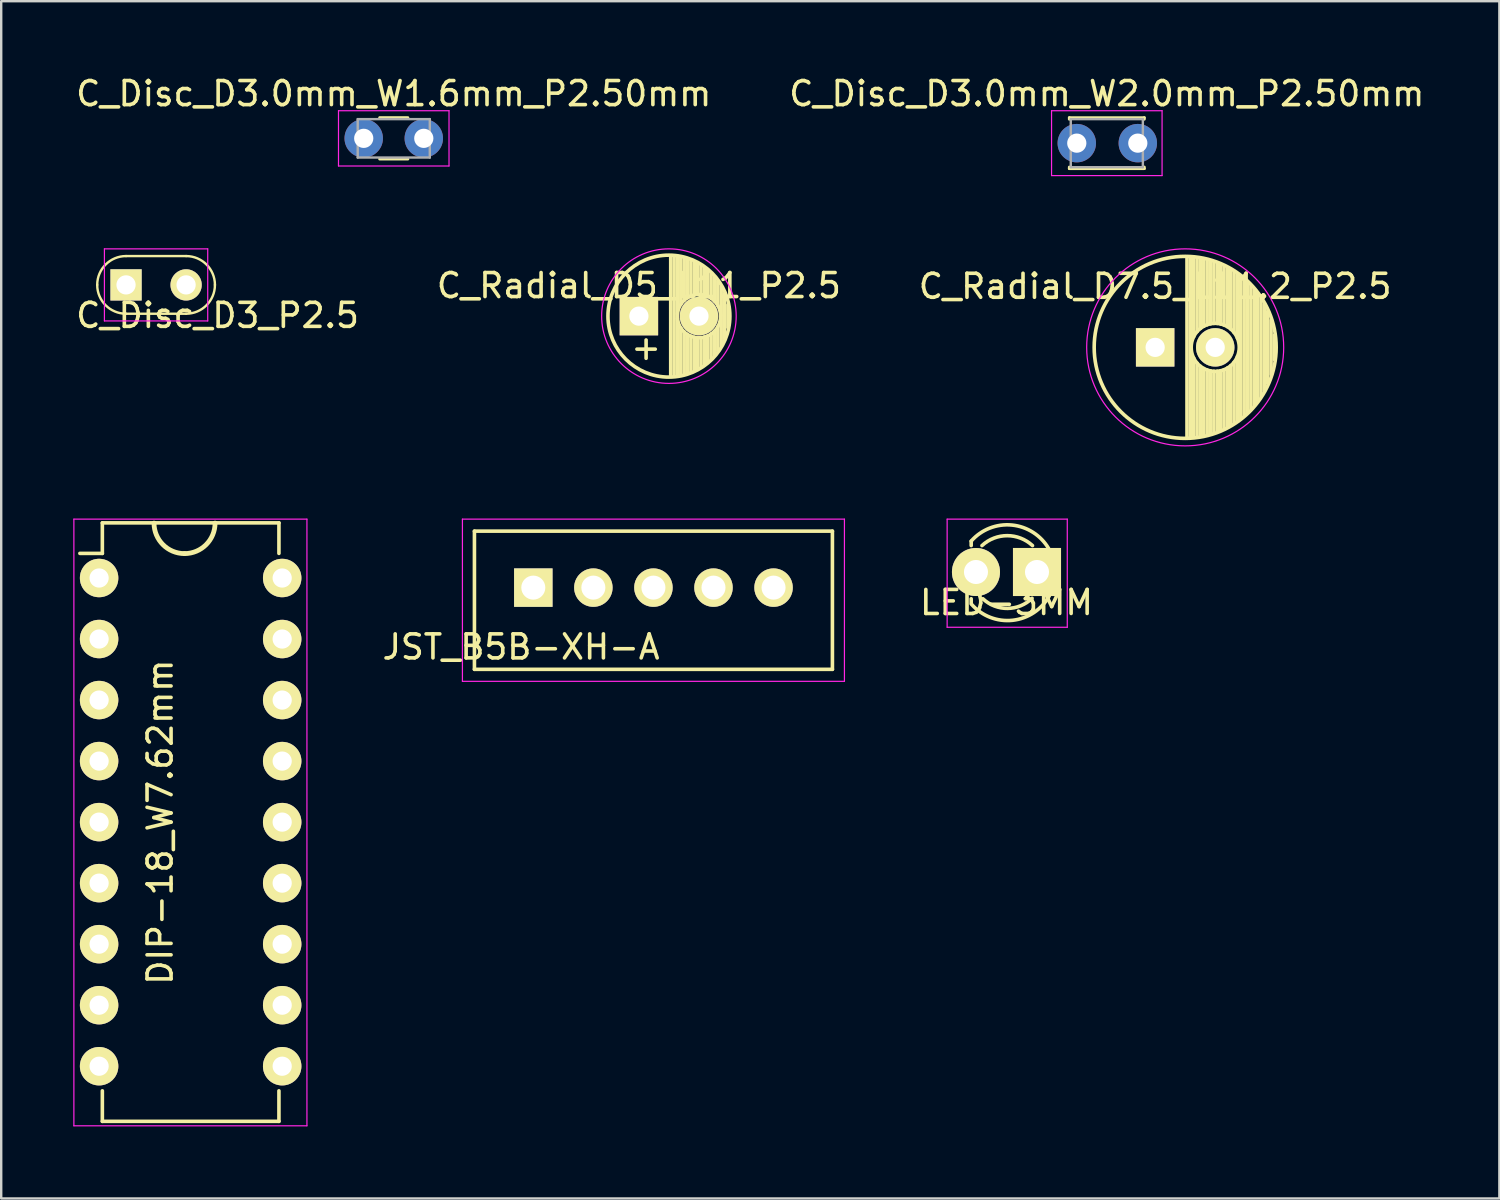
<source format=kicad_pcb>
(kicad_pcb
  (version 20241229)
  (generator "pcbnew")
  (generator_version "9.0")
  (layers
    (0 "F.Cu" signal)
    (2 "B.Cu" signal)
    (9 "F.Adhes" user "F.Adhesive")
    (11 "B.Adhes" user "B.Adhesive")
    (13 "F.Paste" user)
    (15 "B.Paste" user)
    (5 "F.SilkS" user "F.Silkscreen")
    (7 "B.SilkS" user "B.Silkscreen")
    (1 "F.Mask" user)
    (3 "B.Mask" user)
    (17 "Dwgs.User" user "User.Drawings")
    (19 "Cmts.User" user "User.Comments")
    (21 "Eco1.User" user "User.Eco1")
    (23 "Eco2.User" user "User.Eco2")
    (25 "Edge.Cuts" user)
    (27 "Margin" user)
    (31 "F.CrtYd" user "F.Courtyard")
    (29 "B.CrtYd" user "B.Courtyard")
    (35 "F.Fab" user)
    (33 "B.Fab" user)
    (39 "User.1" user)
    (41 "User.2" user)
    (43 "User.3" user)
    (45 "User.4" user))
  (footprint "C_Radial_D5_L11_P2.5"
    (layer "F.Cu")
    (at 23.542 10.108)
    (property "Reference" "C_Radial_D5_L11_P2.5" (at 0 -1.27 0) (layer "F.SilkS") (effects (font (size 1 1) (thickness 0.15))))
    (attr through_hole)
    (fp_line (start 1.325 -2.499) (end 1.325 2.499) (stroke (width 0.15) (type solid)) (layer "F.SilkS"))
    (fp_line (start 1.465 -2.491) (end 1.465 2.491) (stroke (width 0.15) (type solid)) (layer "F.SilkS"))
    (fp_line (start 1.605 -2.475) (end 1.605 -0.095) (stroke (width 0.15) (type solid)) (layer "F.SilkS"))
    (fp_line (start 1.605 0.095) (end 1.605 2.475) (stroke (width 0.15) (type solid)) (layer "F.SilkS"))
    (fp_line (start 1.745 -2.451) (end 1.745 -0.49) (stroke (width 0.15) (type solid)) (layer "F.SilkS"))
    (fp_line (start 1.745 0.49) (end 1.745 2.451) (stroke (width 0.15) (type solid)) (layer "F.SilkS"))
    (fp_line (start 1.885 -2.418) (end 1.885 -0.657) (stroke (width 0.15) (type solid)) (layer "F.SilkS"))
    (fp_line (start 1.885 0.657) (end 1.885 2.418) (stroke (width 0.15) (type solid)) (layer "F.SilkS"))
    (fp_line (start 2.025 -2.377) (end 2.025 -0.764) (stroke (width 0.15) (type solid)) (layer "F.SilkS"))
    (fp_line (start 2.025 0.764) (end 2.025 2.377) (stroke (width 0.15) (type solid)) (layer "F.SilkS"))
    (fp_line (start 2.165 -2.327) (end 2.165 -0.835) (stroke (width 0.15) (type solid)) (layer "F.SilkS"))
    (fp_line (start 2.165 0.835) (end 2.165 2.327) (stroke (width 0.15) (type solid)) (layer "F.SilkS"))
    (fp_line (start 2.305 -2.266) (end 2.305 -0.879) (stroke (width 0.15) (type solid)) (layer "F.SilkS"))
    (fp_line (start 2.305 0.879) (end 2.305 2.266) (stroke (width 0.15) (type solid)) (layer "F.SilkS"))
    (fp_line (start 2.445 -2.196) (end 2.445 -0.898) (stroke (width 0.15) (type solid)) (layer "F.SilkS"))
    (fp_line (start 2.445 0.898) (end 2.445 2.196) (stroke (width 0.15) (type solid)) (layer "F.SilkS"))
    (fp_line (start 2.585 -2.114) (end 2.585 -0.896) (stroke (width 0.15) (type solid)) (layer "F.SilkS"))
    (fp_line (start 2.585 0.896) (end 2.585 2.114) (stroke (width 0.15) (type solid)) (layer "F.SilkS"))
    (fp_line (start 2.725 -2.019) (end 2.725 -0.871) (stroke (width 0.15) (type solid)) (layer "F.SilkS"))
    (fp_line (start 2.725 0.871) (end 2.725 2.019) (stroke (width 0.15) (type solid)) (layer "F.SilkS"))
    (fp_line (start 2.865 -1.908) (end 2.865 -0.823) (stroke (width 0.15) (type solid)) (layer "F.SilkS"))
    (fp_line (start 2.865 0.823) (end 2.865 1.908) (stroke (width 0.15) (type solid)) (layer "F.SilkS"))
    (fp_line (start 3.005 -1.78) (end 3.005 -0.745) (stroke (width 0.15) (type solid)) (layer "F.SilkS"))
    (fp_line (start 3.005 0.745) (end 3.005 1.78) (stroke (width 0.15) (type solid)) (layer "F.SilkS"))
    (fp_line (start 3.145 -1.631) (end 3.145 -0.628) (stroke (width 0.15) (type solid)) (layer "F.SilkS"))
    (fp_line (start 3.145 0.628) (end 3.145 1.631) (stroke (width 0.15) (type solid)) (layer "F.SilkS"))
    (fp_line (start 3.285 -1.452) (end 3.285 -0.44) (stroke (width 0.15) (type solid)) (layer "F.SilkS"))
    (fp_line (start 3.285 0.44) (end 3.285 1.452) (stroke (width 0.15) (type solid)) (layer "F.SilkS"))
    (fp_line (start 3.425 -1.233) (end 3.425 1.233) (stroke (width 0.15) (type solid)) (layer "F.SilkS"))
    (fp_line (start 3.565 -0.944) (end 3.565 0.944) (stroke (width 0.15) (type solid)) (layer "F.SilkS"))
    (fp_line (start 3.705 -0.472) (end 3.705 0.472) (stroke (width 0.15) (type solid)) (layer "F.SilkS"))
    (fp_circle (center 1.25 0) (end 1.25 -2.538) (stroke (width 0.15) (type solid)) (fill no) (layer "F.SilkS"))
    (fp_circle (center 2.5 0) (end 2.5 -0.9) (stroke (width 0.15) (type solid)) (fill no) (layer "F.SilkS"))
    (fp_circle (center 1.25 0) (end 1.25 -2.8) (stroke (width 0.05) (type solid)) (fill no) (layer "F.CrtYd"))
    (fp_text user "+" (at 0.3 1.3 0) (layer "F.SilkS") (effects (font (size 1 1) (thickness 0.15))))
    (pad "1" thru_hole rect (at 0 0) (size 1.6 1.6) (drill 0.8) (layers "*.Cu" "*.Mask" "F.SilkS"))
    (pad "2" thru_hole circle (at 2.5 0) (size 1.6 1.6) (drill 0.8) (layers "*.Cu" "*.Mask" "F.SilkS")))
  (footprint "DIP-18_W7.62mm"
    (layer "F.Cu")
    (at 1.075 21.008)
    (property "Reference" "DIP-18_W7.62mm" (at 2.54 10.16 90) (layer "F.SilkS") (effects (font (size 1 1) (thickness 0.15))))
    (attr through_hole)
    (fp_line (start 0.135 -2.295) (end 0.135 -1.025) (stroke (width 0.15) (type solid)) (layer "F.SilkS"))
    (fp_line (start 0.135 -2.295) (end 7.485 -2.295) (stroke (width 0.15) (type solid)) (layer "F.SilkS"))
    (fp_line (start 0.135 -1.025) (end -0.8 -1.025) (stroke (width 0.15) (type solid)) (layer "F.SilkS"))
    (fp_line (start 0.135 22.615) (end 0.135 21.345) (stroke (width 0.15) (type solid)) (layer "F.SilkS"))
    (fp_line (start 0.135 22.615) (end 7.485 22.615) (stroke (width 0.15) (type solid)) (layer "F.SilkS"))
    (fp_line (start 7.485 -2.295) (end 7.485 -1.025) (stroke (width 0.15) (type solid)) (layer "F.SilkS"))
    (fp_line (start 7.485 22.615) (end 7.485 21.345) (stroke (width 0.15) (type solid)) (layer "F.SilkS"))
    (fp_arc (start 3.556 -1.016) (mid 2.657974 -1.387974) (end 2.286 -2.286) (stroke (width 0.2) (type solid)) (layer "F.SilkS"))
    (fp_arc (start 4.826 -2.286) (mid 4.454026 -1.387974) (end 3.556 -1.016) (stroke (width 0.2) (type solid)) (layer "F.SilkS"))
    (fp_line (start -1.05 -2.45) (end -1.05 22.8) (stroke (width 0.05) (type solid)) (layer "F.CrtYd"))
    (fp_line (start -1.05 -2.45) (end 8.65 -2.45) (stroke (width 0.05) (type solid)) (layer "F.CrtYd"))
    (fp_line (start -1.05 22.8) (end 8.65 22.8) (stroke (width 0.05) (type solid)) (layer "F.CrtYd"))
    (fp_line (start 8.65 -2.45) (end 8.65 22.8) (stroke (width 0.05) (type solid)) (layer "F.CrtYd"))
    (pad "1" thru_hole oval (at 0 0) (size 1.6 1.6) (drill 0.8) (layers "*.Cu" "*.Mask" "F.SilkS"))
    (pad "2" thru_hole oval (at 0 2.54) (size 1.6 1.6) (drill 0.8) (layers "*.Cu" "*.Mask" "F.SilkS"))
    (pad "3" thru_hole oval (at 0 5.08) (size 1.6 1.6) (drill 0.8) (layers "*.Cu" "*.Mask" "F.SilkS"))
    (pad "4" thru_hole oval (at 0 7.62) (size 1.6 1.6) (drill 0.8) (layers "*.Cu" "*.Mask" "F.SilkS"))
    (pad "5" thru_hole oval (at 0 10.16) (size 1.6 1.6) (drill 0.8) (layers "*.Cu" "*.Mask" "F.SilkS"))
    (pad "6" thru_hole oval (at 0 12.7) (size 1.6 1.6) (drill 0.8) (layers "*.Cu" "*.Mask" "F.SilkS"))
    (pad "7" thru_hole oval (at 0 15.24) (size 1.6 1.6) (drill 0.8) (layers "*.Cu" "*.Mask" "F.SilkS"))
    (pad "8" thru_hole oval (at 0 17.78) (size 1.6 1.6) (drill 0.8) (layers "*.Cu" "*.Mask" "F.SilkS"))
    (pad "9" thru_hole oval (at 0 20.32) (size 1.6 1.6) (drill 0.8) (layers "*.Cu" "*.Mask" "F.SilkS"))
    (pad "10" thru_hole oval (at 7.62 20.32) (size 1.6 1.6) (drill 0.8) (layers "*.Cu" "*.Mask" "F.SilkS"))
    (pad "11" thru_hole oval (at 7.62 17.78) (size 1.6 1.6) (drill 0.8) (layers "*.Cu" "*.Mask" "F.SilkS"))
    (pad "12" thru_hole oval (at 7.62 15.24) (size 1.6 1.6) (drill 0.8) (layers "*.Cu" "*.Mask" "F.SilkS"))
    (pad "13" thru_hole oval (at 7.62 12.7) (size 1.6 1.6) (drill 0.8) (layers "*.Cu" "*.Mask" "F.SilkS"))
    (pad "14" thru_hole oval (at 7.62 10.16) (size 1.6 1.6) (drill 0.8) (layers "*.Cu" "*.Mask" "F.SilkS"))
    (pad "15" thru_hole oval (at 7.62 7.62) (size 1.6 1.6) (drill 0.8) (layers "*.Cu" "*.Mask" "F.SilkS"))
    (pad "16" thru_hole oval (at 7.62 5.08) (size 1.6 1.6) (drill 0.8) (layers "*.Cu" "*.Mask" "F.SilkS"))
    (pad "17" thru_hole oval (at 7.62 2.54) (size 1.6 1.6) (drill 0.8) (layers "*.Cu" "*.Mask" "F.SilkS"))
    (pad "18" thru_hole oval (at 7.62 0) (size 1.6 1.6) (drill 0.8) (layers "*.Cu" "*.Mask" "F.SilkS")))
  (footprint "C_Disc_D3.0mm_W1.6mm_P2.50mm"
    (layer "F.Cu")
    (at 12.089 2.708)
    (property "Reference" "C_Disc_D3.0mm_W1.6mm_P2.50mm" (at 1.25 -1.86 0) (layer "F.SilkS") (effects (font (size 1 1) (thickness 0.15))))
    (attr through_hole)
    (fp_line (start 0.663 -0.861) (end 1.837 -0.861) (stroke (width 0.12) (type solid)) (layer "F.SilkS"))
    (fp_line (start 0.663 0.861) (end 1.837 0.861) (stroke (width 0.12) (type solid)) (layer "F.SilkS"))
    (fp_line (start -1.05 -1.15) (end -1.05 1.15) (stroke (width 0.05) (type solid)) (layer "F.CrtYd"))
    (fp_line (start -1.05 1.15) (end 3.55 1.15) (stroke (width 0.05) (type solid)) (layer "F.CrtYd"))
    (fp_line (start 3.55 -1.15) (end -1.05 -1.15) (stroke (width 0.05) (type solid)) (layer "F.CrtYd"))
    (fp_line (start 3.55 1.15) (end 3.55 -1.15) (stroke (width 0.05) (type solid)) (layer "F.CrtYd"))
    (fp_line (start -0.25 -0.8) (end -0.25 0.8) (stroke (width 0.1) (type solid)) (layer "F.Fab"))
    (fp_line (start -0.25 0.8) (end 2.75 0.8) (stroke (width 0.1) (type solid)) (layer "F.Fab"))
    (fp_line (start 2.75 -0.8) (end -0.25 -0.8) (stroke (width 0.1) (type solid)) (layer "F.Fab"))
    (fp_line (start 2.75 0.8) (end 2.75 -0.8) (stroke (width 0.1) (type solid)) (layer "F.Fab"))
    (pad "1" thru_hole circle (at 0 0) (size 1.6 1.6) (drill 0.8) (layers "*.Cu" "*.Mask"))
    (pad "2" thru_hole circle (at 2.5 0) (size 1.6 1.6) (drill 0.8) (layers "*.Cu" "*.Mask")))
  (footprint "C_Disc_D3_P2.5"
    (layer "F.Cu")
    (at 2.196 8.808)
    (property "Reference" "C_Disc_D3_P2.5" (at 3.81 1.27 0) (layer "F.SilkS") (effects (font (size 1 1) (thickness 0.15))))
    (attr through_hole)
    (fp_line (start 0 -1.2) (end 2.5 -1.2) (stroke (width 0.1) (type solid)) (layer "F.SilkS"))
    (fp_line (start 0 1.2) (end 2.5 1.2) (stroke (width 0.1) (type solid)) (layer "F.SilkS"))
    (fp_arc (start -1.2 0) (mid -0.848528 -0.848528) (end 0 -1.2) (stroke (width 0.1) (type solid)) (layer "F.SilkS"))
    (fp_arc (start 0 1.2) (mid -0.848528 0.848528) (end -1.2 0) (stroke (width 0.1) (type solid)) (layer "F.SilkS"))
    (fp_arc (start 2.5 -1.2) (mid 3.348528 -0.848528) (end 3.7 0) (stroke (width 0.1) (type solid)) (layer "F.SilkS"))
    (fp_arc (start 3.7 0) (mid 3.348528 0.848528) (end 2.5 1.2) (stroke (width 0.1) (type solid)) (layer "F.SilkS"))
    (fp_line (start -0.9 -1.5) (end 3.4 -1.5) (stroke (width 0.05) (type solid)) (layer "F.CrtYd"))
    (fp_line (start -0.9 1.5) (end -0.9 -1.5) (stroke (width 0.05) (type solid)) (layer "F.CrtYd"))
    (fp_line (start 3.4 -1.5) (end 3.4 1.5) (stroke (width 0.05) (type solid)) (layer "F.CrtYd"))
    (fp_line (start 3.4 1.5) (end -0.9 1.5) (stroke (width 0.05) (type solid)) (layer "F.CrtYd"))
    (pad "1" thru_hole rect (at 0 0) (size 1.3 1.3) (drill 0.8) (layers "*.Cu" "*.Mask" "F.SilkS"))
    (pad "2" thru_hole circle (at 2.5 0) (size 1.3 1.3) (drill 0.8) (layers "*.Cu" "*.Mask" "F.SilkS")))
  (footprint "JST_B5B-XH-A"
    (layer "F.Cu")
    (at 19.147 21.408)
    (property "Reference" "JST_B5B-XH-A" (at -0.51 2.47 0) (layer "F.SilkS") (effects (font (size 1 1) (thickness 0.15))))
    (attr through_hole)
    (fp_line (start -2.45 -2.35) (end -2.45 3.4) (stroke (width 0.15) (type solid)) (layer "F.SilkS"))
    (fp_line (start -2.45 -2.35) (end 12.45 -2.35) (stroke (width 0.15) (type solid)) (layer "F.SilkS"))
    (fp_line (start -2.45 3.4) (end 12.45 3.4) (stroke (width 0.15) (type solid)) (layer "F.SilkS"))
    (fp_line (start 12.45 -2.35) (end 12.45 3.4) (stroke (width 0.15) (type solid)) (layer "F.SilkS"))
    (fp_line (start -2.95 -2.85) (end -2.95 3.9) (stroke (width 0.05) (type solid)) (layer "F.CrtYd"))
    (fp_line (start -2.95 -2.85) (end 12.95 -2.85) (stroke (width 0.05) (type solid)) (layer "F.CrtYd"))
    (fp_line (start -2.95 3.9) (end 12.95 3.9) (stroke (width 0.05) (type solid)) (layer "F.CrtYd"))
    (fp_line (start 12.95 -2.85) (end 12.95 3.9) (stroke (width 0.05) (type solid)) (layer "F.CrtYd"))
    (pad "1" thru_hole rect (at 0 0) (size 1.6 1.6) (drill 1) (layers "*.Cu" "*.Mask" "F.SilkS"))
    (pad "2" thru_hole circle (at 2.5 0) (size 1.6 1.6) (drill 1) (layers "*.Cu" "*.Mask" "F.SilkS"))
    (pad "3" thru_hole circle (at 5 0) (size 1.6 1.6) (drill 1) (layers "*.Cu" "*.Mask" "F.SilkS"))
    (pad "4" thru_hole circle (at 7.5 0) (size 1.6 1.6) (drill 1) (layers "*.Cu" "*.Mask" "F.SilkS"))
    (pad "5" thru_hole circle (at 10 0) (size 1.6 1.6) (drill 1) (layers "*.Cu" "*.Mask" "F.SilkS")))
  (footprint "LED-3MM"
    (layer "F.Cu")
    (at 37.572 20.758)
    (property "Reference" "LED-3MM" (at 1.27 1.27 0) (layer "F.SilkS") (effects (font (size 1 1) (thickness 0.15))))
    (attr through_hole)
    (fp_line (start -0.199 -1.28) (end -0.199 -1.1) (stroke (width 0.15) (type solid)) (layer "F.SilkS"))
    (fp_line (start -0.199 1.314) (end -0.199 1.114) (stroke (width 0.15) (type solid)) (layer "F.SilkS"))
    (fp_arc (start -0.199 -1.286) (mid 1.495903 -1.954571) (end 3.028744 -0.969643) (stroke (width 0.15) (type solid)) (layer "F.SilkS"))
    (fp_arc (start 0.25 -1.1) (mid 1.301686 -1.512142) (end 2.353005 -1.099067) (stroke (width 0.15) (type solid)) (layer "F.SilkS"))
    (fp_arc (start 2.335 1.094) (mid 1.31492 1.51473) (end 0.287111 1.113252) (stroke (width 0.15) (type solid)) (layer "F.SilkS"))
    (fp_arc (start 3.051 0.994) (mid 1.522637 2.009958) (end -0.18622 1.340726) (stroke (width 0.15) (type solid)) (layer "F.SilkS"))
    (fp_line (start -1.2 -2.2) (end -1.2 2.3) (stroke (width 0.05) (type solid)) (layer "F.CrtYd"))
    (fp_line (start -1.2 2.3) (end 3.8 2.3) (stroke (width 0.05) (type solid)) (layer "F.CrtYd"))
    (fp_line (start 3.8 -2.2) (end -1.2 -2.2) (stroke (width 0.05) (type solid)) (layer "F.CrtYd"))
    (fp_line (start 3.8 2.3) (end 3.8 -2.2) (stroke (width 0.05) (type solid)) (layer "F.CrtYd"))
    (pad "1" thru_hole circle (at 0 0 90) (size 2 2) (drill 1.001) (layers "*.Cu" "*.Mask" "F.SilkS"))
    (pad "2" thru_hole rect (at 2.54 0) (size 2 2) (drill 1.001) (layers "*.Cu" "*.Mask" "F.SilkS")))
  (footprint "C_Radial_D7.5_L11.2_P2.5"
    (layer "F.Cu")
    (at 45.03 11.408)
    (property "Reference" "C_Radial_D7.5_L11.2_P2.5" (at 0 -2.54 0) (layer "F.SilkS") (effects (font (size 1 1) (thickness 0.15))))
    (attr through_hole)
    (fp_line (start 1.325 -3.749) (end 1.325 3.749) (stroke (width 0.15) (type solid)) (layer "F.SilkS"))
    (fp_line (start 1.465 -3.744) (end 1.465 3.744) (stroke (width 0.15) (type solid)) (layer "F.SilkS"))
    (fp_line (start 1.605 -3.733) (end 1.605 -0.446) (stroke (width 0.15) (type solid)) (layer "F.SilkS"))
    (fp_line (start 1.605 0.446) (end 1.605 3.733) (stroke (width 0.15) (type solid)) (layer "F.SilkS"))
    (fp_line (start 1.745 -3.717) (end 1.745 -0.656) (stroke (width 0.15) (type solid)) (layer "F.SilkS"))
    (fp_line (start 1.745 0.656) (end 1.745 3.717) (stroke (width 0.15) (type solid)) (layer "F.SilkS"))
    (fp_line (start 1.885 -3.696) (end 1.885 -0.789) (stroke (width 0.15) (type solid)) (layer "F.SilkS"))
    (fp_line (start 1.885 0.789) (end 1.885 3.696) (stroke (width 0.15) (type solid)) (layer "F.SilkS"))
    (fp_line (start 2.025 -3.669) (end 2.025 -0.88) (stroke (width 0.15) (type solid)) (layer "F.SilkS"))
    (fp_line (start 2.025 0.88) (end 2.025 3.669) (stroke (width 0.15) (type solid)) (layer "F.SilkS"))
    (fp_line (start 2.165 -3.637) (end 2.165 -0.942) (stroke (width 0.15) (type solid)) (layer "F.SilkS"))
    (fp_line (start 2.165 0.942) (end 2.165 3.637) (stroke (width 0.15) (type solid)) (layer "F.SilkS"))
    (fp_line (start 2.305 -3.599) (end 2.305 -0.981) (stroke (width 0.15) (type solid)) (layer "F.SilkS"))
    (fp_line (start 2.305 0.981) (end 2.305 3.599) (stroke (width 0.15) (type solid)) (layer "F.SilkS"))
    (fp_line (start 2.445 -3.555) (end 2.445 -0.998) (stroke (width 0.15) (type solid)) (layer "F.SilkS"))
    (fp_line (start 2.445 0.998) (end 2.445 3.555) (stroke (width 0.15) (type solid)) (layer "F.SilkS"))
    (fp_line (start 2.585 -3.504) (end 2.585 -0.996) (stroke (width 0.15) (type solid)) (layer "F.SilkS"))
    (fp_line (start 2.585 0.996) (end 2.585 3.504) (stroke (width 0.15) (type solid)) (layer "F.SilkS"))
    (fp_line (start 2.725 -3.448) (end 2.725 -0.974) (stroke (width 0.15) (type solid)) (layer "F.SilkS"))
    (fp_line (start 2.725 0.974) (end 2.725 3.448) (stroke (width 0.15) (type solid)) (layer "F.SilkS"))
    (fp_line (start 2.865 -3.384) (end 2.865 -0.931) (stroke (width 0.15) (type solid)) (layer "F.SilkS"))
    (fp_line (start 2.865 0.931) (end 2.865 3.384) (stroke (width 0.15) (type solid)) (layer "F.SilkS"))
    (fp_line (start 3.005 -3.314) (end 3.005 -0.863) (stroke (width 0.15) (type solid)) (layer "F.SilkS"))
    (fp_line (start 3.005 0.863) (end 3.005 3.314) (stroke (width 0.15) (type solid)) (layer "F.SilkS"))
    (fp_line (start 3.145 -3.236) (end 3.145 -0.764) (stroke (width 0.15) (type solid)) (layer "F.SilkS"))
    (fp_line (start 3.145 0.764) (end 3.145 3.236) (stroke (width 0.15) (type solid)) (layer "F.SilkS"))
    (fp_line (start 3.285 -3.15) (end 3.285 -0.619) (stroke (width 0.15) (type solid)) (layer "F.SilkS"))
    (fp_line (start 3.285 0.619) (end 3.285 3.15) (stroke (width 0.15) (type solid)) (layer "F.SilkS"))
    (fp_line (start 3.425 -3.055) (end 3.425 -0.38) (stroke (width 0.15) (type solid)) (layer "F.SilkS"))
    (fp_line (start 3.425 0.38) (end 3.425 3.055) (stroke (width 0.15) (type solid)) (layer "F.SilkS"))
    (fp_line (start 3.565 -2.95) (end 3.565 2.95) (stroke (width 0.15) (type solid)) (layer "F.SilkS"))
    (fp_line (start 3.705 -2.835) (end 3.705 2.835) (stroke (width 0.15) (type solid)) (layer "F.SilkS"))
    (fp_line (start 3.845 -2.707) (end 3.845 2.707) (stroke (width 0.15) (type solid)) (layer "F.SilkS"))
    (fp_line (start 3.985 -2.566) (end 3.985 2.566) (stroke (width 0.15) (type solid)) (layer "F.SilkS"))
    (fp_line (start 4.125 -2.408) (end 4.125 2.408) (stroke (width 0.15) (type solid)) (layer "F.SilkS"))
    (fp_line (start 4.265 -2.23) (end 4.265 2.23) (stroke (width 0.15) (type solid)) (layer "F.SilkS"))
    (fp_line (start 4.405 -2.027) (end 4.405 2.027) (stroke (width 0.15) (type solid)) (layer "F.SilkS"))
    (fp_line (start 4.545 -1.79) (end 4.545 1.79) (stroke (width 0.15) (type solid)) (layer "F.SilkS"))
    (fp_line (start 4.685 -1.504) (end 4.685 1.504) (stroke (width 0.15) (type solid)) (layer "F.SilkS"))
    (fp_line (start 4.825 -1.132) (end 4.825 1.132) (stroke (width 0.15) (type solid)) (layer "F.SilkS"))
    (fp_line (start 4.965 -0.511) (end 4.965 0.511) (stroke (width 0.15) (type solid)) (layer "F.SilkS"))
    (fp_circle (center 1.25 0) (end 1.25 -3.788) (stroke (width 0.15) (type solid)) (fill no) (layer "F.SilkS"))
    (fp_circle (center 2.5 0) (end 2.5 -1) (stroke (width 0.15) (type solid)) (fill no) (layer "F.SilkS"))
    (fp_circle (center 1.25 0) (end 1.25 -4.1) (stroke (width 0.05) (type solid)) (fill no) (layer "F.CrtYd"))
    (pad "1" thru_hole rect (at 0 0) (size 1.6 1.6) (drill 0.8) (layers "*.Cu" "*.Mask" "F.SilkS"))
    (pad "2" thru_hole circle (at 2.5 0) (size 1.6 1.6) (drill 0.8) (layers "*.Cu" "*.Mask" "F.SilkS")))
  (footprint "C_Disc_D3.0mm_W2.0mm_P2.50mm"
    (layer "F.Cu")
    (at 41.768 2.908)
    (property "Reference" "C_Disc_D3.0mm_W2.0mm_P2.50mm" (at 1.25 -2.06 0) (layer "F.SilkS") (effects (font (size 1 1) (thickness 0.15))))
    (attr through_hole)
    (fp_line (start -0.31 -1.06) (end -0.31 -0.996) (stroke (width 0.12) (type solid)) (layer "F.SilkS"))
    (fp_line (start -0.31 -1.06) (end 2.81 -1.06) (stroke (width 0.12) (type solid)) (layer "F.SilkS"))
    (fp_line (start -0.31 0.996) (end -0.31 1.06) (stroke (width 0.12) (type solid)) (layer "F.SilkS"))
    (fp_line (start -0.31 1.06) (end 2.81 1.06) (stroke (width 0.12) (type solid)) (layer "F.SilkS"))
    (fp_line (start 2.81 -1.06) (end 2.81 -0.996) (stroke (width 0.12) (type solid)) (layer "F.SilkS"))
    (fp_line (start 2.81 0.996) (end 2.81 1.06) (stroke (width 0.12) (type solid)) (layer "F.SilkS"))
    (fp_line (start -1.05 -1.35) (end -1.05 1.35) (stroke (width 0.05) (type solid)) (layer "F.CrtYd"))
    (fp_line (start -1.05 1.35) (end 3.55 1.35) (stroke (width 0.05) (type solid)) (layer "F.CrtYd"))
    (fp_line (start 3.55 -1.35) (end -1.05 -1.35) (stroke (width 0.05) (type solid)) (layer "F.CrtYd"))
    (fp_line (start 3.55 1.35) (end 3.55 -1.35) (stroke (width 0.05) (type solid)) (layer "F.CrtYd"))
    (fp_line (start -0.25 -1) (end -0.25 1) (stroke (width 0.1) (type solid)) (layer "F.Fab"))
    (fp_line (start -0.25 1) (end 2.75 1) (stroke (width 0.1) (type solid)) (layer "F.Fab"))
    (fp_line (start 2.75 -1) (end -0.25 -1) (stroke (width 0.1) (type solid)) (layer "F.Fab"))
    (fp_line (start 2.75 1) (end 2.75 -1) (stroke (width 0.1) (type solid)) (layer "F.Fab"))
    (pad "1" thru_hole circle (at 0 0) (size 1.6 1.6) (drill 0.8) (layers "*.Cu" "*.Mask"))
    (pad "2" thru_hole circle (at 2.54 0) (size 1.6 1.6) (drill 0.8) (layers "*.Cu" "*.Mask")))
  (gr_rect
    (start -3 -3)
    (end 59.357 46.833)
    (stroke (width 0.1) (type default))
    (fill no)
    (layer "Edge.Cuts")))
</source>
